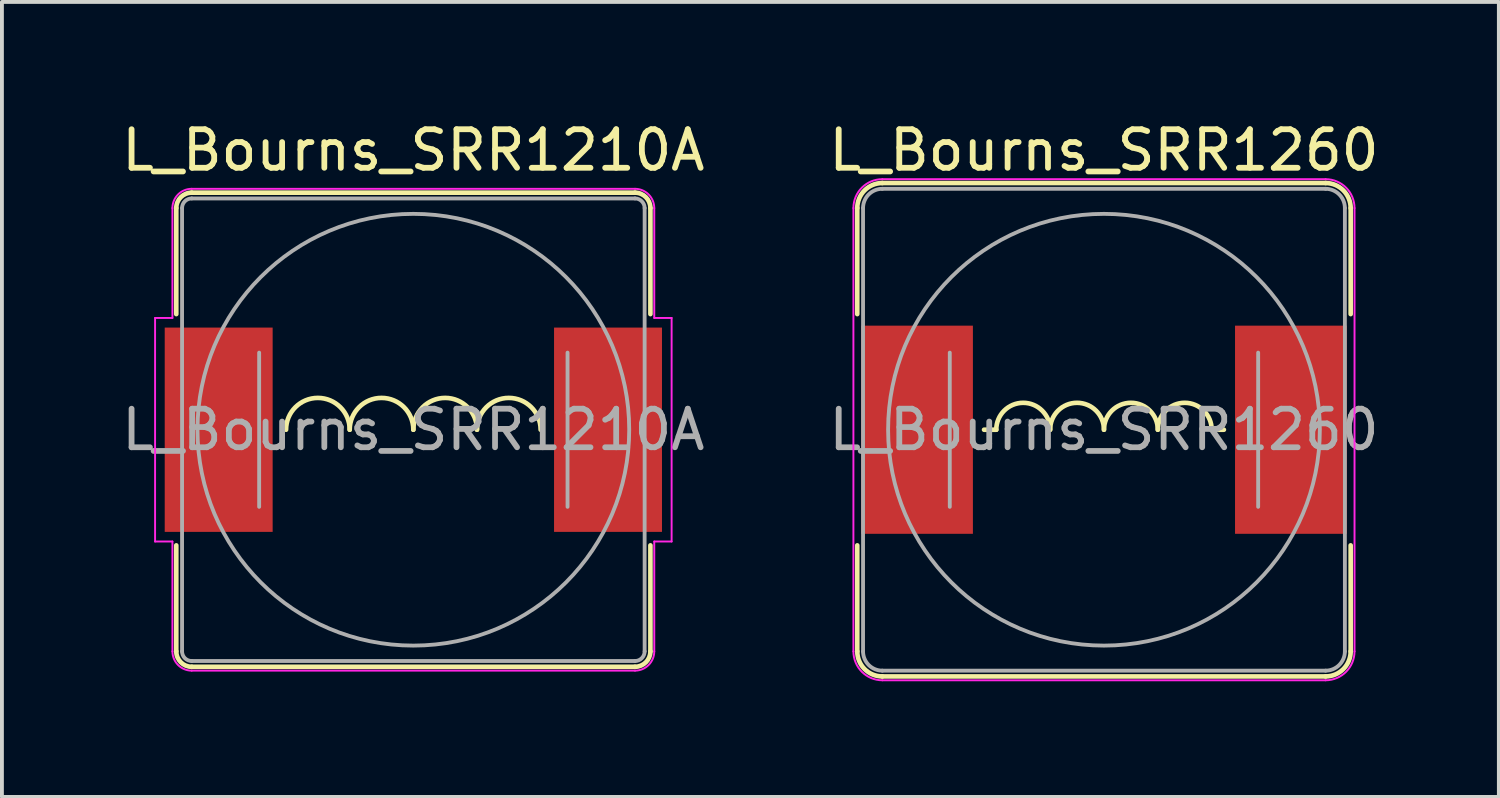
<source format=kicad_pcb>
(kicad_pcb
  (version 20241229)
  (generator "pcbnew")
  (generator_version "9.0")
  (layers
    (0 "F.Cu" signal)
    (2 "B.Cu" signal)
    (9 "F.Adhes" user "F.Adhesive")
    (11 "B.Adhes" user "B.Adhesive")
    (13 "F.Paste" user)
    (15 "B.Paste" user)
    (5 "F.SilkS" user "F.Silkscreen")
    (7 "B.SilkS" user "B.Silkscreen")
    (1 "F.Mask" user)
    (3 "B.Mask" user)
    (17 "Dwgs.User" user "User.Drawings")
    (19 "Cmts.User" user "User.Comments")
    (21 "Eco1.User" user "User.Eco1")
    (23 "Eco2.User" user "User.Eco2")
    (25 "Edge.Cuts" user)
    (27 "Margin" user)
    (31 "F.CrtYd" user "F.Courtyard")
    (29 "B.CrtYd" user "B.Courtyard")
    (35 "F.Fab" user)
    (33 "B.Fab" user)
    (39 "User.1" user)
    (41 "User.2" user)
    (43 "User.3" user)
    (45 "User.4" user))
  (footprint "L_Bourns_SRR1210A"
    (layer "F.Cu")
    (at 7.673 8.098)
    (property "Reference" "L_Bourns_SRR1210A" (at 0 -7.25 0) (layer "F.SilkS") (effects (font (size 1 1) (thickness 0.15))))
    (attr smd)
    (fp_line (start -6.15 -5.75) (end -6.15 -3) (stroke (width 0.12) (type solid)) (layer "F.SilkS"))
    (fp_line (start -6.15 3) (end -6.15 5.75) (stroke (width 0.12) (type solid)) (layer "F.SilkS"))
    (fp_line (start -5.75 -6.15) (end 5.75 -6.15) (stroke (width 0.12) (type solid)) (layer "F.SilkS"))
    (fp_line (start 5.75 6.15) (end -5.75 6.15) (stroke (width 0.12) (type solid)) (layer "F.SilkS"))
    (fp_line (start 6.15 -5.75) (end 6.15 -3) (stroke (width 0.12) (type solid)) (layer "F.SilkS"))
    (fp_line (start 6.15 3) (end 6.15 5.75) (stroke (width 0.12) (type solid)) (layer "F.SilkS"))
    (fp_arc (start -6.15 -5.75) (mid -6.032843 -6.032843) (end -5.75 -6.15) (stroke (width 0.12) (type solid)) (layer "F.SilkS"))
    (fp_arc (start -5.75 6.15) (mid -6.032843 6.032843) (end -6.15 5.75) (stroke (width 0.12) (type solid)) (layer "F.SilkS"))
    (fp_arc (start -3.302 0) (mid -2.4765 -0.8255) (end -1.651 0) (stroke (width 0.12) (type solid)) (layer "F.SilkS"))
    (fp_arc (start -1.651 0) (mid -0.8255 -0.8255) (end 0 0) (stroke (width 0.12) (type solid)) (layer "F.SilkS"))
    (fp_arc (start 0 0) (mid 0.8255 -0.8255) (end 1.651 0) (stroke (width 0.12) (type solid)) (layer "F.SilkS"))
    (fp_arc (start 1.651 0) (mid 2.4765 -0.8255) (end 3.302 0) (stroke (width 0.12) (type solid)) (layer "F.SilkS"))
    (fp_arc (start 5.75 -6.15) (mid 6.032843 -6.032843) (end 6.15 -5.75) (stroke (width 0.12) (type solid)) (layer "F.SilkS"))
    (fp_arc (start 6.15 5.75) (mid 6.032843 6.032843) (end 5.75 6.15) (stroke (width 0.12) (type solid)) (layer "F.SilkS"))
    (fp_line (start -6.7 -2.9) (end -6.7 2.9) (stroke (width 0.05) (type solid)) (layer "F.CrtYd"))
    (fp_line (start -6.7 -2.9) (end -6.25 -2.9) (stroke (width 0.05) (type solid)) (layer "F.CrtYd"))
    (fp_line (start -6.25 -5.75) (end -6.25 -2.9) (stroke (width 0.05) (type solid)) (layer "F.CrtYd"))
    (fp_line (start -6.25 2.9) (end -6.7 2.9) (stroke (width 0.05) (type solid)) (layer "F.CrtYd"))
    (fp_line (start -6.25 5.75) (end -6.25 2.9) (stroke (width 0.05) (type solid)) (layer "F.CrtYd"))
    (fp_line (start -5.75 -6.25) (end 5.75 -6.25) (stroke (width 0.05) (type solid)) (layer "F.CrtYd"))
    (fp_line (start 5.75 6.25) (end -5.75 6.25) (stroke (width 0.05) (type solid)) (layer "F.CrtYd"))
    (fp_line (start 6.25 -5.75) (end 6.25 -2.9) (stroke (width 0.05) (type solid)) (layer "F.CrtYd"))
    (fp_line (start 6.25 2.9) (end 6.25 5.75) (stroke (width 0.05) (type solid)) (layer "F.CrtYd"))
    (fp_line (start 6.7 -2.9) (end 6.25 -2.9) (stroke (width 0.05) (type solid)) (layer "F.CrtYd"))
    (fp_line (start 6.7 -2.9) (end 6.7 2.9) (stroke (width 0.05) (type solid)) (layer "F.CrtYd"))
    (fp_line (start 6.7 2.9) (end 6.25 2.9) (stroke (width 0.05) (type solid)) (layer "F.CrtYd"))
    (fp_arc (start -6.25 -5.75) (mid -6.103553 -6.103553) (end -5.75 -6.25) (stroke (width 0.05) (type solid)) (layer "F.CrtYd"))
    (fp_arc (start -5.75 6.25) (mid -6.103553 6.103553) (end -6.25 5.75) (stroke (width 0.05) (type solid)) (layer "F.CrtYd"))
    (fp_arc (start 5.75 -6.25) (mid 6.103553 -6.103553) (end 6.25 -5.75) (stroke (width 0.05) (type solid)) (layer "F.CrtYd"))
    (fp_arc (start 6.25 5.75) (mid 6.103553 6.103553) (end 5.75 6.25) (stroke (width 0.05) (type solid)) (layer "F.CrtYd"))
    (fp_line (start -6 -5.75) (end -6 5.75) (stroke (width 0.1) (type solid)) (layer "F.Fab"))
    (fp_line (start -5.75 -6) (end 5.75 -6) (stroke (width 0.1) (type solid)) (layer "F.Fab"))
    (fp_line (start -4 2) (end -4 -2) (stroke (width 0.1) (type solid)) (layer "F.Fab"))
    (fp_line (start 4 -2) (end 4 2) (stroke (width 0.1) (type solid)) (layer "F.Fab"))
    (fp_line (start 5.75 6) (end -5.75 6) (stroke (width 0.1) (type solid)) (layer "F.Fab"))
    (fp_line (start 6 -5.75) (end 6 5.75) (stroke (width 0.1) (type solid)) (layer "F.Fab"))
    (fp_arc (start -6 -5.75) (mid -5.926777 -5.926777) (end -5.75 -6) (stroke (width 0.1) (type solid)) (layer "F.Fab"))
    (fp_arc (start -5.75 6) (mid -5.926777 5.926777) (end -6 5.75) (stroke (width 0.1) (type solid)) (layer "F.Fab"))
    (fp_arc (start 5.75 -6) (mid 5.926777 -5.926777) (end 6 -5.75) (stroke (width 0.1) (type solid)) (layer "F.Fab"))
    (fp_arc (start 6 5.75) (mid 5.926777 5.926777) (end 5.75 6) (stroke (width 0.1) (type solid)) (layer "F.Fab"))
    (fp_circle (center 0 0) (end 0 -5.6) (stroke (width 0.1) (type solid)) (fill no) (layer "F.Fab"))
    (fp_text user "${REFERENCE}" (at 0 0 0) (layer "F.Fab") (effects (font (size 1 1) (thickness 0.15))))
    (pad "1" smd rect (at -5.05 0) (size 2.8 5.3) (layers "F.Cu" "F.Mask" "F.Paste"))
    (pad "2" smd rect (at 5.05 0) (size 2.8 5.3) (layers "F.Cu" "F.Mask" "F.Paste")))
  (footprint "L_Bourns_SRR1260"
    (layer "F.Cu")
    (at 25.589 8.098)
    (property "Reference" "L_Bourns_SRR1260" (at 0 -7.25 0) (layer "F.SilkS") (effects (font (size 1 1) (thickness 0.15))))
    (attr smd)
    (fp_line (start -6.4 -5.75) (end -6.4 -3) (stroke (width 0.12) (type solid)) (layer "F.SilkS"))
    (fp_line (start -6.4 3) (end -6.4 5.75) (stroke (width 0.12) (type solid)) (layer "F.SilkS"))
    (fp_line (start -5.75 -6.4) (end 5.75 -6.4) (stroke (width 0.12) (type solid)) (layer "F.SilkS"))
    (fp_line (start -3.111 0) (end -2.794 0) (stroke (width 0.12) (type solid)) (layer "F.SilkS"))
    (fp_line (start 2.794 0) (end 3.111 0) (stroke (width 0.12) (type solid)) (layer "F.SilkS"))
    (fp_line (start 5.75 6.4) (end -5.75 6.4) (stroke (width 0.12) (type solid)) (layer "F.SilkS"))
    (fp_line (start 6.4 -5.75) (end 6.4 -3) (stroke (width 0.12) (type solid)) (layer "F.SilkS"))
    (fp_line (start 6.4 3) (end 6.4 5.75) (stroke (width 0.12) (type solid)) (layer "F.SilkS"))
    (fp_arc (start -6.4 -5.75) (mid -6.209619 -6.209619) (end -5.75 -6.4) (stroke (width 0.12) (type solid)) (layer "F.SilkS"))
    (fp_arc (start -5.75 6.4) (mid -6.209619 6.209619) (end -6.4 5.75) (stroke (width 0.12) (type solid)) (layer "F.SilkS"))
    (fp_arc (start -2.794 0) (mid -2.0955 -0.6985) (end -1.397 0) (stroke (width 0.12) (type solid)) (layer "F.SilkS"))
    (fp_arc (start -1.397 0) (mid -0.6985 -0.6985) (end 0 0) (stroke (width 0.12) (type solid)) (layer "F.SilkS"))
    (fp_arc (start 0 0) (mid 0.6985 -0.6985) (end 1.397 0) (stroke (width 0.12) (type solid)) (layer "F.SilkS"))
    (fp_arc (start 1.397 0) (mid 2.0955 -0.6985) (end 2.794 0) (stroke (width 0.12) (type solid)) (layer "F.SilkS"))
    (fp_arc (start 5.75 -6.4) (mid 6.209619 -6.209619) (end 6.4 -5.75) (stroke (width 0.12) (type solid)) (layer "F.SilkS"))
    (fp_arc (start 6.4 5.75) (mid 6.209619 6.209619) (end 5.75 6.4) (stroke (width 0.12) (type solid)) (layer "F.SilkS"))
    (fp_line (start -6.5 5.75) (end -6.5 -5.75) (stroke (width 0.05) (type solid)) (layer "F.CrtYd"))
    (fp_line (start -5.75 -6.5) (end 5.75 -6.5) (stroke (width 0.05) (type solid)) (layer "F.CrtYd"))
    (fp_line (start 5.75 6.5) (end -5.75 6.5) (stroke (width 0.05) (type solid)) (layer "F.CrtYd"))
    (fp_line (start 6.5 -5.75) (end 6.5 5.75) (stroke (width 0.05) (type solid)) (layer "F.CrtYd"))
    (fp_arc (start -6.5 -5.75) (mid -6.28033 -6.28033) (end -5.75 -6.5) (stroke (width 0.05) (type solid)) (layer "F.CrtYd"))
    (fp_arc (start -5.75 6.5) (mid -6.28033 6.28033) (end -6.5 5.75) (stroke (width 0.05) (type solid)) (layer "F.CrtYd"))
    (fp_arc (start 5.75 -6.5) (mid 6.28033 -6.28033) (end 6.5 -5.75) (stroke (width 0.05) (type solid)) (layer "F.CrtYd"))
    (fp_arc (start 6.5 5.75) (mid 6.28033 6.28033) (end 5.75 6.5) (stroke (width 0.05) (type solid)) (layer "F.CrtYd"))
    (fp_line (start -6.25 -5.75) (end -6.25 5.75) (stroke (width 0.1) (type solid)) (layer "F.Fab"))
    (fp_line (start -5.75 -6.25) (end 5.75 -6.25) (stroke (width 0.1) (type solid)) (layer "F.Fab"))
    (fp_line (start -4 2) (end -4 -2) (stroke (width 0.1) (type solid)) (layer "F.Fab"))
    (fp_line (start 4 -2) (end 4 2) (stroke (width 0.1) (type solid)) (layer "F.Fab"))
    (fp_line (start 5.75 6.25) (end -5.75 6.25) (stroke (width 0.1) (type solid)) (layer "F.Fab"))
    (fp_line (start 6.25 -5.75) (end 6.25 5.75) (stroke (width 0.1) (type solid)) (layer "F.Fab"))
    (fp_arc (start -6.25 -5.75) (mid -6.103553 -6.103553) (end -5.75 -6.25) (stroke (width 0.1) (type solid)) (layer "F.Fab"))
    (fp_arc (start -5.75 6.25) (mid -6.103553 6.103553) (end -6.25 5.75) (stroke (width 0.1) (type solid)) (layer "F.Fab"))
    (fp_arc (start 5.75 -6.25) (mid 6.103553 -6.103553) (end 6.25 -5.75) (stroke (width 0.1) (type solid)) (layer "F.Fab"))
    (fp_arc (start 6.25 5.75) (mid 6.103553 6.103553) (end 5.75 6.25) (stroke (width 0.1) (type solid)) (layer "F.Fab"))
    (fp_circle (center 0 0) (end 0 -5.6) (stroke (width 0.1) (type solid)) (fill no) (layer "F.Fab"))
    (fp_text user "${REFERENCE}" (at 0 0 0) (layer "F.Fab") (effects (font (size 1 1) (thickness 0.15))))
    (pad "1" smd rect (at -4.85 0) (size 2.9 5.4) (layers "F.Cu" "F.Mask" "F.Paste"))
    (pad "2" smd rect (at 4.85 0) (size 2.9 5.4) (layers "F.Cu" "F.Mask" "F.Paste")))
  (gr_rect
    (start -3 -3)
    (end 35.833 17.623)
    (stroke (width 0.1) (type default))
    (fill no)
    (layer "Edge.Cuts")))
</source>
